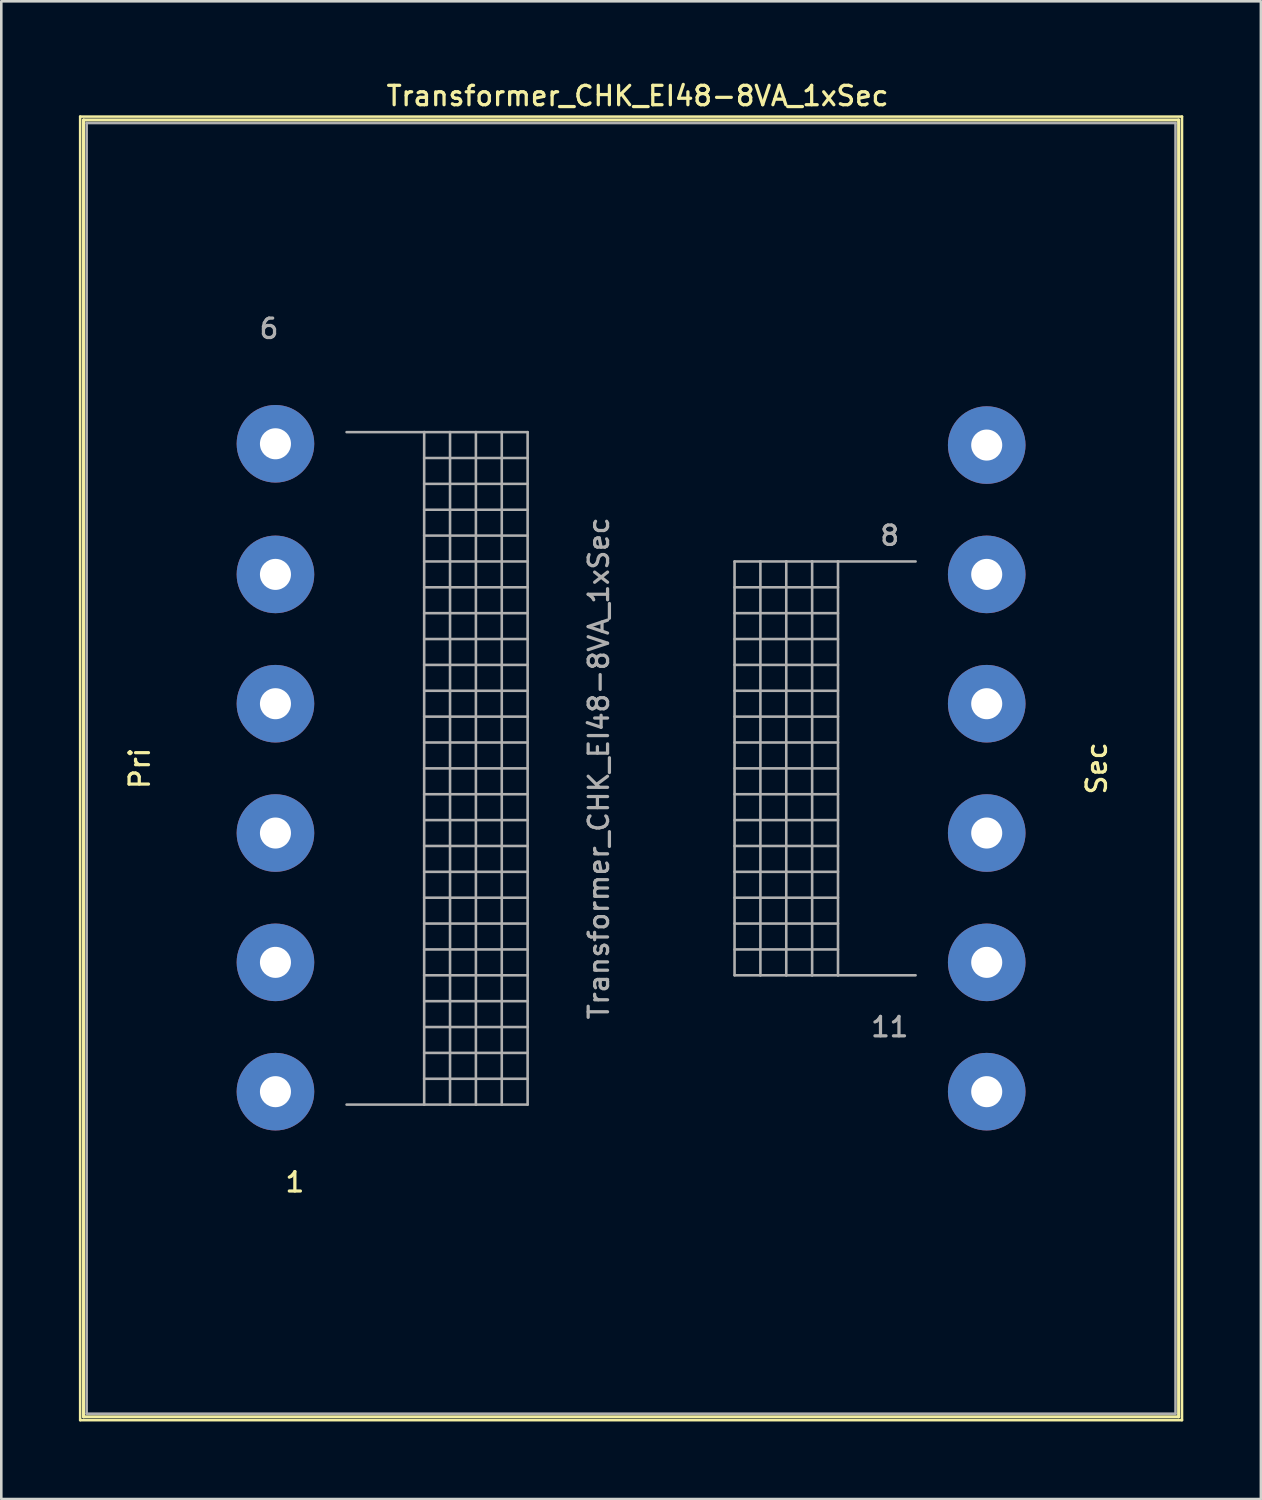
<source format=kicad_pcb>
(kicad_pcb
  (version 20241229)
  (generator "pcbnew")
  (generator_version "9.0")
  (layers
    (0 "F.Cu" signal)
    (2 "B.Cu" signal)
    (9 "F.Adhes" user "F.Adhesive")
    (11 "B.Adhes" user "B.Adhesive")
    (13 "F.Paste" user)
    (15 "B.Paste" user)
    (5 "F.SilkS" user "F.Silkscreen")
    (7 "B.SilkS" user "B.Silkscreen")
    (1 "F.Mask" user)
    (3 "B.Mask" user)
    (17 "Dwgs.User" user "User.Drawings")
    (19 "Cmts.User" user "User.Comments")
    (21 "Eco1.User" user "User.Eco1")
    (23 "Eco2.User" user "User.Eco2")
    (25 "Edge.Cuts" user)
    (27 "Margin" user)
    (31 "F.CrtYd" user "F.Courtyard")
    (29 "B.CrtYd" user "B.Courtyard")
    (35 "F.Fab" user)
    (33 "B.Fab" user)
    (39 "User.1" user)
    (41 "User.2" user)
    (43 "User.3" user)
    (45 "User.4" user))
  (footprint "Transformer_CHK_EI48-8VA_1xSec"
    (layer "F.Cu")
    (at 7.6 39.158)
    (property "Reference" "Transformer_CHK_EI48-8VA_1xSec" (at 14 -38.5 0) (layer "F.SilkS") (effects (font (size 0.75 0.75) (thickness 0.125))))
    (attr through_hole)
    (fp_line (start -7.55 -37.7) (end -7.55 12.7) (stroke (width 0.1) (type solid)) (layer "F.SilkS"))
    (fp_line (start -7.55 -37.7) (end 35.05 -37.7) (stroke (width 0.1) (type solid)) (layer "F.SilkS"))
    (fp_line (start -7.42 -37.57) (end -7.42 12.57) (stroke (width 0.12) (type solid)) (layer "F.SilkS"))
    (fp_line (start -7.42 -37.57) (end 34.92 -37.57) (stroke (width 0.12) (type solid)) (layer "F.SilkS"))
    (fp_line (start 34.92 12.57) (end -7.42 12.57) (stroke (width 0.12) (type solid)) (layer "F.SilkS"))
    (fp_line (start 34.92 12.57) (end 34.92 -37.57) (stroke (width 0.12) (type solid)) (layer "F.SilkS"))
    (fp_line (start 35.05 12.7) (end -7.55 12.7) (stroke (width 0.1) (type solid)) (layer "F.SilkS"))
    (fp_line (start 35.05 12.7) (end 35.05 -37.7) (stroke (width 0.1) (type solid)) (layer "F.SilkS"))
    (fp_line (start -7.3 -37.45) (end 34.8 -37.45) (stroke (width 0.1) (type solid)) (layer "F.Fab"))
    (fp_line (start -7.3 12.45) (end -7.3 -37.45) (stroke (width 0.1) (type solid)) (layer "F.Fab"))
    (fp_line (start 2.75 -25.5) (end 5.75 -25.5) (stroke (width 0.1) (type solid)) (layer "F.Fab"))
    (fp_line (start 5.75 -25.5) (end 5.75 0.5) (stroke (width 0.1) (type solid)) (layer "F.Fab"))
    (fp_line (start 5.75 -25.5) (end 6.75 -25.5) (stroke (width 0.1) (type solid)) (layer "F.Fab"))
    (fp_line (start 5.75 -24.5) (end 9.75 -24.5) (stroke (width 0.1) (type solid)) (layer "F.Fab"))
    (fp_line (start 5.75 -23.5) (end 9.75 -23.5) (stroke (width 0.1) (type solid)) (layer "F.Fab"))
    (fp_line (start 5.75 -22.5) (end 9.75 -22.5) (stroke (width 0.1) (type solid)) (layer "F.Fab"))
    (fp_line (start 5.75 -21.5) (end 9.75 -21.5) (stroke (width 0.1) (type solid)) (layer "F.Fab"))
    (fp_line (start 5.75 -20.5) (end 9.75 -20.5) (stroke (width 0.1) (type solid)) (layer "F.Fab"))
    (fp_line (start 5.75 -19.5) (end 9.75 -19.5) (stroke (width 0.1) (type solid)) (layer "F.Fab"))
    (fp_line (start 5.75 -18.5) (end 9.75 -18.5) (stroke (width 0.1) (type solid)) (layer "F.Fab"))
    (fp_line (start 5.75 -17.5) (end 9.75 -17.5) (stroke (width 0.1) (type solid)) (layer "F.Fab"))
    (fp_line (start 5.75 -16.5) (end 9.75 -16.5) (stroke (width 0.1) (type solid)) (layer "F.Fab"))
    (fp_line (start 5.75 -15.5) (end 9.75 -15.5) (stroke (width 0.1) (type solid)) (layer "F.Fab"))
    (fp_line (start 5.75 -14.5) (end 9.75 -14.5) (stroke (width 0.1) (type solid)) (layer "F.Fab"))
    (fp_line (start 5.75 -13.5) (end 9.75 -13.5) (stroke (width 0.1) (type solid)) (layer "F.Fab"))
    (fp_line (start 5.75 -12.5) (end 9.75 -12.5) (stroke (width 0.1) (type solid)) (layer "F.Fab"))
    (fp_line (start 5.75 -11.5) (end 9.75 -11.5) (stroke (width 0.1) (type solid)) (layer "F.Fab"))
    (fp_line (start 5.75 -10.5) (end 9.75 -10.5) (stroke (width 0.1) (type solid)) (layer "F.Fab"))
    (fp_line (start 5.75 -9.5) (end 9.75 -9.5) (stroke (width 0.1) (type solid)) (layer "F.Fab"))
    (fp_line (start 5.75 -8.5) (end 9.75 -8.5) (stroke (width 0.1) (type solid)) (layer "F.Fab"))
    (fp_line (start 5.75 -7.5) (end 9.75 -7.5) (stroke (width 0.1) (type solid)) (layer "F.Fab"))
    (fp_line (start 5.75 -6.5) (end 9.75 -6.5) (stroke (width 0.1) (type solid)) (layer "F.Fab"))
    (fp_line (start 5.75 -5.5) (end 9.75 -5.5) (stroke (width 0.1) (type solid)) (layer "F.Fab"))
    (fp_line (start 5.75 -4.5) (end 9.75 -4.5) (stroke (width 0.1) (type solid)) (layer "F.Fab"))
    (fp_line (start 5.75 -3.5) (end 9.75 -3.5) (stroke (width 0.1) (type solid)) (layer "F.Fab"))
    (fp_line (start 5.75 -2.5) (end 9.75 -2.5) (stroke (width 0.1) (type solid)) (layer "F.Fab"))
    (fp_line (start 5.75 -1.5) (end 9.75 -1.5) (stroke (width 0.1) (type solid)) (layer "F.Fab"))
    (fp_line (start 5.75 -0.5) (end 9.75 -0.5) (stroke (width 0.1) (type solid)) (layer "F.Fab"))
    (fp_line (start 5.75 0.5) (end 2.75 0.5) (stroke (width 0.1) (type solid)) (layer "F.Fab"))
    (fp_line (start 6.75 -25.5) (end 6.75 0.5) (stroke (width 0.1) (type solid)) (layer "F.Fab"))
    (fp_line (start 6.75 -25.5) (end 7.75 -25.5) (stroke (width 0.1) (type solid)) (layer "F.Fab"))
    (fp_line (start 6.75 0.5) (end 5.75 0.5) (stroke (width 0.1) (type solid)) (layer "F.Fab"))
    (fp_line (start 7.75 -25.5) (end 7.75 0.5) (stroke (width 0.1) (type solid)) (layer "F.Fab"))
    (fp_line (start 7.75 -25.5) (end 8.75 -25.5) (stroke (width 0.1) (type solid)) (layer "F.Fab"))
    (fp_line (start 7.75 0.5) (end 6.75 0.5) (stroke (width 0.1) (type solid)) (layer "F.Fab"))
    (fp_line (start 8.75 -25.5) (end 8.75 0.5) (stroke (width 0.1) (type solid)) (layer "F.Fab"))
    (fp_line (start 8.75 -25.5) (end 9.75 -25.5) (stroke (width 0.1) (type solid)) (layer "F.Fab"))
    (fp_line (start 8.75 0.5) (end 7.75 0.5) (stroke (width 0.1) (type solid)) (layer "F.Fab"))
    (fp_line (start 9.75 -25.5) (end 9.75 0.5) (stroke (width 0.1) (type solid)) (layer "F.Fab"))
    (fp_line (start 9.75 0.5) (end 8.75 0.5) (stroke (width 0.1) (type solid)) (layer "F.Fab"))
    (fp_line (start 17.75 -20.5) (end 17.75 -4.5) (stroke (width 0.1) (type solid)) (layer "F.Fab"))
    (fp_line (start 17.75 -19.5) (end 21.75 -19.5) (stroke (width 0.1) (type solid)) (layer "F.Fab"))
    (fp_line (start 17.75 -18.5) (end 21.75 -18.5) (stroke (width 0.1) (type solid)) (layer "F.Fab"))
    (fp_line (start 17.75 -17.5) (end 21.75 -17.5) (stroke (width 0.1) (type solid)) (layer "F.Fab"))
    (fp_line (start 17.75 -16.5) (end 21.75 -16.5) (stroke (width 0.1) (type solid)) (layer "F.Fab"))
    (fp_line (start 17.75 -15.5) (end 21.75 -15.5) (stroke (width 0.1) (type solid)) (layer "F.Fab"))
    (fp_line (start 17.75 -14.5) (end 21.75 -14.5) (stroke (width 0.1) (type solid)) (layer "F.Fab"))
    (fp_line (start 17.75 -13.5) (end 21.75 -13.5) (stroke (width 0.1) (type solid)) (layer "F.Fab"))
    (fp_line (start 17.75 -12.5) (end 21.75 -12.5) (stroke (width 0.1) (type solid)) (layer "F.Fab"))
    (fp_line (start 17.75 -11.5) (end 21.75 -11.5) (stroke (width 0.1) (type solid)) (layer "F.Fab"))
    (fp_line (start 17.75 -10.5) (end 21.75 -10.5) (stroke (width 0.1) (type solid)) (layer "F.Fab"))
    (fp_line (start 17.75 -9.5) (end 21.75 -9.5) (stroke (width 0.1) (type solid)) (layer "F.Fab"))
    (fp_line (start 17.75 -8.5) (end 21.75 -8.5) (stroke (width 0.1) (type solid)) (layer "F.Fab"))
    (fp_line (start 17.75 -7.5) (end 21.75 -7.5) (stroke (width 0.1) (type solid)) (layer "F.Fab"))
    (fp_line (start 17.75 -6.5) (end 21.75 -6.5) (stroke (width 0.1) (type solid)) (layer "F.Fab"))
    (fp_line (start 17.75 -5.5) (end 21.75 -5.5) (stroke (width 0.1) (type solid)) (layer "F.Fab"))
    (fp_line (start 17.75 -4.5) (end 18.75 -4.5) (stroke (width 0.1) (type solid)) (layer "F.Fab"))
    (fp_line (start 18.75 -20.5) (end 17.75 -20.5) (stroke (width 0.1) (type solid)) (layer "F.Fab"))
    (fp_line (start 18.75 -20.5) (end 18.75 -4.5) (stroke (width 0.1) (type solid)) (layer "F.Fab"))
    (fp_line (start 18.75 -4.5) (end 19.75 -4.5) (stroke (width 0.1) (type solid)) (layer "F.Fab"))
    (fp_line (start 19.75 -20.5) (end 18.75 -20.5) (stroke (width 0.1) (type solid)) (layer "F.Fab"))
    (fp_line (start 19.75 -20.5) (end 19.75 -4.5) (stroke (width 0.1) (type solid)) (layer "F.Fab"))
    (fp_line (start 19.75 -4.5) (end 20.75 -4.5) (stroke (width 0.1) (type solid)) (layer "F.Fab"))
    (fp_line (start 20.75 -20.5) (end 19.75 -20.5) (stroke (width 0.1) (type solid)) (layer "F.Fab"))
    (fp_line (start 20.75 -20.5) (end 20.75 -4.5) (stroke (width 0.1) (type solid)) (layer "F.Fab"))
    (fp_line (start 20.75 -4.5) (end 21.75 -4.5) (stroke (width 0.1) (type solid)) (layer "F.Fab"))
    (fp_line (start 21.75 -20.5) (end 20.75 -20.5) (stroke (width 0.1) (type solid)) (layer "F.Fab"))
    (fp_line (start 21.75 -20.5) (end 21.75 -4.5) (stroke (width 0.1) (type solid)) (layer "F.Fab"))
    (fp_line (start 21.75 -4.5) (end 24.75 -4.5) (stroke (width 0.1) (type solid)) (layer "F.Fab"))
    (fp_line (start 24.75 -20.5) (end 21.75 -20.5) (stroke (width 0.1) (type solid)) (layer "F.Fab"))
    (fp_line (start 34.8 -37.45) (end 34.8 12.45) (stroke (width 0.1) (type solid)) (layer "F.Fab"))
    (fp_line (start 34.8 12.45) (end -7.3 12.45) (stroke (width 0.1) (type solid)) (layer "F.Fab"))
    (fp_text user "Pri" (at -5.25 -12.5 90) (layer "F.SilkS") (effects (font (size 0.75 0.75) (thickness 0.125))))
    (fp_text user "Sec" (at 31.75 -12.5 90) (layer "F.SilkS") (effects (font (size 0.75 0.75) (thickness 0.125))))
    (fp_text user "1" (at 0.75 3.5 0) (layer "F.SilkS") (effects (font (size 0.75 0.75) (thickness 0.125))))
    (fp_text user "8" (at 23.75 -21.5 0) (layer "F.Fab") (effects (font (size 0.75 0.75) (thickness 0.125))))
    (fp_text user "${REFERENCE}" (at 12.5 -12.5 90) (layer "F.Fab") (effects (font (size 0.75 0.75) (thickness 0.125))))
    (fp_text user "11" (at 23.75 -2.5 0) (layer "F.Fab") (effects (font (size 0.75 0.75) (thickness 0.125))))
    (fp_text user "6" (at -0.25 -29.5 0) (layer "F.Fab") (effects (font (size 0.75 0.75) (thickness 0.125))))
    (pad "1" thru_hole circle (at 0 0) (size 3 3) (drill 1.2) (layers "*.Cu" "*.Mask"))
    (pad "2" thru_hole circle (at 0 -5) (size 3 3) (drill 1.2) (layers "*.Cu" "*.Mask"))
    (pad "3" thru_hole circle (at 0 -10) (size 3 3) (drill 1.2) (layers "*.Cu" "*.Mask"))
    (pad "4" thru_hole circle (at 0 -15) (size 3 3) (drill 1.2) (layers "*.Cu" "*.Mask"))
    (pad "5" thru_hole circle (at 0 -20) (size 3 3) (drill 1.2) (layers "*.Cu" "*.Mask"))
    (pad "6" thru_hole circle (at 0 -25.05) (size 3 3) (drill 1.2) (layers "*.Cu" "*.Mask"))
    (pad "7" thru_hole circle (at 27.5 -25) (size 3 3) (drill 1.2) (layers "*.Cu" "*.Mask"))
    (pad "8" thru_hole circle (at 27.5 -20) (size 3 3) (drill 1.2) (layers "*.Cu" "*.Mask"))
    (pad "9" thru_hole circle (at 27.5 -15) (size 3 3) (drill 1.2) (layers "*.Cu" "*.Mask"))
    (pad "10" thru_hole circle (at 27.5 -10) (size 3 3) (drill 1.2) (layers "*.Cu" "*.Mask"))
    (pad "11" thru_hole circle (at 27.5 -5) (size 3 3) (drill 1.2) (layers "*.Cu" "*.Mask"))
    (pad "12" thru_hole circle (at 27.5 0) (size 3 3) (drill 1.2) (layers "*.Cu" "*.Mask")))
  (gr_rect
    (start -3 -3)
    (end 45.7 54.908)
    (stroke (width 0.1) (type default))
    (fill no)
    (layer "Edge.Cuts")))
</source>
